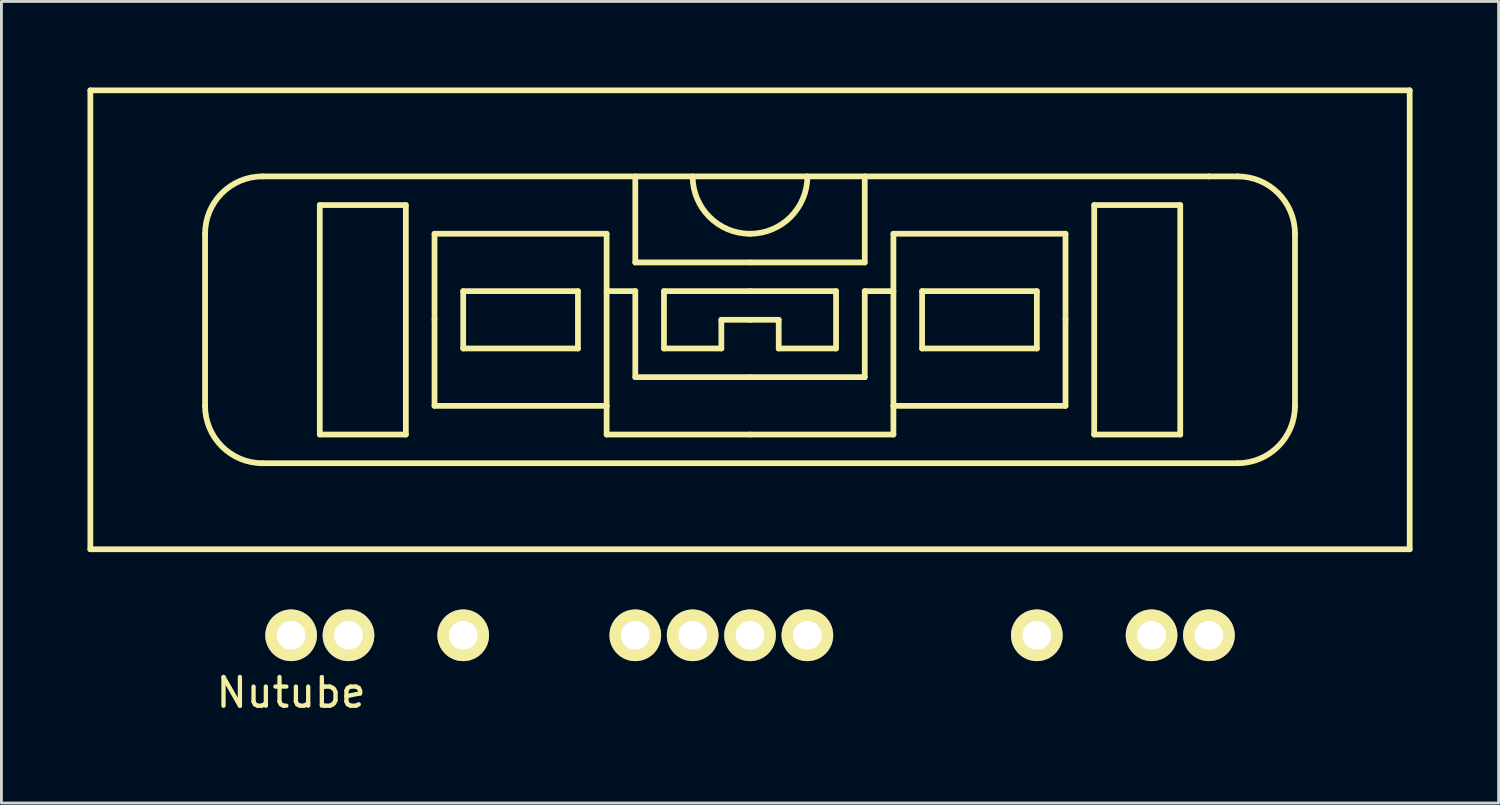
<source format=kicad_pcb>
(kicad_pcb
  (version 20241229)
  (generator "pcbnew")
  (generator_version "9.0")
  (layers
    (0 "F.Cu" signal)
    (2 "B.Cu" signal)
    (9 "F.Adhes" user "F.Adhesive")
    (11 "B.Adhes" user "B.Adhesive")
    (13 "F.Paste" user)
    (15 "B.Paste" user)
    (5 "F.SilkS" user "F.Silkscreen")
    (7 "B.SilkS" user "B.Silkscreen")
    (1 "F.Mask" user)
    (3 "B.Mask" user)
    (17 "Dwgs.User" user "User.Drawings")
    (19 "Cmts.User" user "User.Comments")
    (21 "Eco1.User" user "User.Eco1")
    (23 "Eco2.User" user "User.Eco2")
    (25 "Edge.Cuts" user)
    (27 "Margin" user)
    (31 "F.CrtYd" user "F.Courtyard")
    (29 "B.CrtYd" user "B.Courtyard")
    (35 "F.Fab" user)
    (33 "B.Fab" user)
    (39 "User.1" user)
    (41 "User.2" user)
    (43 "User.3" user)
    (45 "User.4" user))
  (footprint "Nutube"
    (layer "F.Cu")
    (at 23.1 19.1)
    (property "Reference" "Nutube" (at -16 2 0) (layer "F.SilkS") (effects (font (size 1 1) (thickness 0.15))))
    (attr through_hole)
    (fp_line (start -23 -19) (end 23 -19) (stroke (width 0.2) (type solid)) (layer "F.SilkS"))
    (fp_line (start -23 -3) (end -23 -19) (stroke (width 0.2) (type solid)) (layer "F.SilkS"))
    (fp_line (start -23 -3) (end 23 -3) (stroke (width 0.2) (type solid)) (layer "F.SilkS"))
    (fp_line (start -19 -14) (end -19 -8) (stroke (width 0.2) (type solid)) (layer "F.SilkS"))
    (fp_line (start -17 -16) (end 16 -16) (stroke (width 0.2) (type solid)) (layer "F.SilkS"))
    (fp_line (start -15 -15) (end -12 -15) (stroke (width 0.2) (type solid)) (layer "F.SilkS"))
    (fp_line (start -15 -7) (end -15 -15) (stroke (width 0.2) (type solid)) (layer "F.SilkS"))
    (fp_line (start -12 -15) (end -12 -7) (stroke (width 0.2) (type solid)) (layer "F.SilkS"))
    (fp_line (start -12 -7) (end -15 -7) (stroke (width 0.2) (type solid)) (layer "F.SilkS"))
    (fp_line (start -11 -14) (end -5 -14) (stroke (width 0.2) (type solid)) (layer "F.SilkS"))
    (fp_line (start -11 -11) (end -11 -14) (stroke (width 0.2) (type solid)) (layer "F.SilkS"))
    (fp_line (start -11 -8) (end -11 -11) (stroke (width 0.2) (type solid)) (layer "F.SilkS"))
    (fp_line (start -10 -12) (end -6 -12) (stroke (width 0.2) (type solid)) (layer "F.SilkS"))
    (fp_line (start -10 -10) (end -10 -12) (stroke (width 0.2) (type solid)) (layer "F.SilkS"))
    (fp_line (start -6 -12) (end -6 -10) (stroke (width 0.2) (type solid)) (layer "F.SilkS"))
    (fp_line (start -6 -10) (end -10 -10) (stroke (width 0.2) (type solid)) (layer "F.SilkS"))
    (fp_line (start -5 -14) (end -5 -8) (stroke (width 0.2) (type solid)) (layer "F.SilkS"))
    (fp_line (start -5 -8) (end -11 -8) (stroke (width 0.2) (type solid)) (layer "F.SilkS"))
    (fp_line (start -5 -7) (end -5 -8) (stroke (width 0.2) (type solid)) (layer "F.SilkS"))
    (fp_line (start -4 -16) (end -4 -13) (stroke (width 0.2) (type solid)) (layer "F.SilkS"))
    (fp_line (start -4 -13) (end 0 -13) (stroke (width 0.2) (type solid)) (layer "F.SilkS"))
    (fp_line (start -4 -12) (end -5 -12) (stroke (width 0.2) (type solid)) (layer "F.SilkS"))
    (fp_line (start -4 -9) (end -4 -12) (stroke (width 0.2) (type solid)) (layer "F.SilkS"))
    (fp_line (start -3 -12) (end -3 -10) (stroke (width 0.2) (type solid)) (layer "F.SilkS"))
    (fp_line (start -3 -10) (end -1 -10) (stroke (width 0.2) (type solid)) (layer "F.SilkS"))
    (fp_line (start -1 -11) (end 0 -11) (stroke (width 0.2) (type solid)) (layer "F.SilkS"))
    (fp_line (start -1 -10) (end -1 -11) (stroke (width 0.2) (type solid)) (layer "F.SilkS"))
    (fp_line (start 0 -12) (end -3 -12) (stroke (width 0.2) (type solid)) (layer "F.SilkS"))
    (fp_line (start 0 -12) (end 3 -12) (stroke (width 0.2) (type solid)) (layer "F.SilkS"))
    (fp_line (start 0 -9) (end -4 -9) (stroke (width 0.2) (type solid)) (layer "F.SilkS"))
    (fp_line (start 0 -9) (end 4 -9) (stroke (width 0.2) (type solid)) (layer "F.SilkS"))
    (fp_line (start 0 -7) (end -5 -7) (stroke (width 0.2) (type solid)) (layer "F.SilkS"))
    (fp_line (start 0 -7) (end 5 -7) (stroke (width 0.2) (type solid)) (layer "F.SilkS"))
    (fp_line (start 1 -11) (end 0 -11) (stroke (width 0.2) (type solid)) (layer "F.SilkS"))
    (fp_line (start 1 -10) (end 1 -11) (stroke (width 0.2) (type solid)) (layer "F.SilkS"))
    (fp_line (start 3 -12) (end 3 -10) (stroke (width 0.2) (type solid)) (layer "F.SilkS"))
    (fp_line (start 3 -10) (end 1 -10) (stroke (width 0.2) (type solid)) (layer "F.SilkS"))
    (fp_line (start 4 -16) (end 4 -13) (stroke (width 0.2) (type solid)) (layer "F.SilkS"))
    (fp_line (start 4 -13) (end 0 -13) (stroke (width 0.2) (type solid)) (layer "F.SilkS"))
    (fp_line (start 4 -12) (end 5 -12) (stroke (width 0.2) (type solid)) (layer "F.SilkS"))
    (fp_line (start 4 -9) (end 4 -12) (stroke (width 0.2) (type solid)) (layer "F.SilkS"))
    (fp_line (start 5 -14) (end 5 -8) (stroke (width 0.2) (type solid)) (layer "F.SilkS"))
    (fp_line (start 5 -8) (end 11 -8) (stroke (width 0.2) (type solid)) (layer "F.SilkS"))
    (fp_line (start 5 -7) (end 5 -8) (stroke (width 0.2) (type solid)) (layer "F.SilkS"))
    (fp_line (start 6 -12) (end 6 -10) (stroke (width 0.2) (type solid)) (layer "F.SilkS"))
    (fp_line (start 6 -10) (end 10 -10) (stroke (width 0.2) (type solid)) (layer "F.SilkS"))
    (fp_line (start 10 -12) (end 6 -12) (stroke (width 0.2) (type solid)) (layer "F.SilkS"))
    (fp_line (start 10 -10) (end 10 -12) (stroke (width 0.2) (type solid)) (layer "F.SilkS"))
    (fp_line (start 11 -14) (end 5 -14) (stroke (width 0.2) (type solid)) (layer "F.SilkS"))
    (fp_line (start 11 -11) (end 11 -14) (stroke (width 0.2) (type solid)) (layer "F.SilkS"))
    (fp_line (start 11 -8) (end 11 -11) (stroke (width 0.2) (type solid)) (layer "F.SilkS"))
    (fp_line (start 12 -15) (end 12 -7) (stroke (width 0.2) (type solid)) (layer "F.SilkS"))
    (fp_line (start 12 -7) (end 15 -7) (stroke (width 0.2) (type solid)) (layer "F.SilkS"))
    (fp_line (start 15 -15) (end 12 -15) (stroke (width 0.2) (type solid)) (layer "F.SilkS"))
    (fp_line (start 15 -7) (end 15 -15) (stroke (width 0.2) (type solid)) (layer "F.SilkS"))
    (fp_line (start 16 -16) (end 17 -16) (stroke (width 0.2) (type solid)) (layer "F.SilkS"))
    (fp_line (start 17 -6) (end -17 -6) (stroke (width 0.2) (type solid)) (layer "F.SilkS"))
    (fp_line (start 19 -14) (end 19 -8) (stroke (width 0.2) (type solid)) (layer "F.SilkS"))
    (fp_line (start 23 -3) (end 23 -19) (stroke (width 0.2) (type solid)) (layer "F.SilkS"))
    (fp_arc (start -19 -14) (mid -18.414214 -15.414214) (end -17 -16) (stroke (width 0.2) (type solid)) (layer "F.SilkS"))
    (fp_arc (start -17 -6) (mid -18.414214 -6.585786) (end -19 -8) (stroke (width 0.2) (type solid)) (layer "F.SilkS"))
    (fp_arc (start 0 -14) (mid -1.414214 -14.585786) (end -2 -16) (stroke (width 0.2) (type solid)) (layer "F.SilkS"))
    (fp_arc (start 2 -16) (mid 1.414214 -14.585786) (end 0 -14) (stroke (width 0.2) (type solid)) (layer "F.SilkS"))
    (fp_arc (start 17 -16) (mid 18.414214 -15.414214) (end 19 -14) (stroke (width 0.2) (type solid)) (layer "F.SilkS"))
    (fp_arc (start 19 -8) (mid 18.414214 -6.585786) (end 17 -6) (stroke (width 0.2) (type solid)) (layer "F.SilkS"))
    (pad "1" thru_hole circle (at -16 0) (size 1.8 1.8) (drill 1) (layers "*.Cu" "*.Mask" "F.SilkS"))
    (pad "1" thru_hole circle (at -14 0) (size 1.8 1.8) (drill 1) (layers "*.Cu" "*.Mask" "F.SilkS"))
    (pad "4" thru_hole circle (at -10 0) (size 1.8 1.8) (drill 1) (layers "*.Cu" "*.Mask" "F.SilkS"))
    (pad "7" thru_hole circle (at -4 0) (size 1.8 1.8) (drill 1) (layers "*.Cu" "*.Mask" "F.SilkS"))
    (pad "8" thru_hole circle (at -2 0) (size 1.8 1.8) (drill 1) (layers "*.Cu" "*.Mask" "F.SilkS"))
    (pad "9" thru_hole circle (at 0 0) (size 1.8 1.8) (drill 1) (layers "*.Cu" "*.Mask" "F.SilkS"))
    (pad "10" thru_hole circle (at 2 0) (size 1.8 1.8) (drill 1) (layers "*.Cu" "*.Mask" "F.SilkS"))
    (pad "14" thru_hole circle (at 10 0) (size 1.8 1.8) (drill 1) (layers "*.Cu" "*.Mask" "F.SilkS"))
    (pad "17" thru_hole circle (at 14 0) (size 1.8 1.8) (drill 1) (layers "*.Cu" "*.Mask" "F.SilkS"))
    (pad "17" thru_hole circle (at 16 0) (size 1.8 1.8) (drill 1) (layers "*.Cu" "*.Mask" "F.SilkS")))
  (gr_rect
    (start -3 -3)
    (end 49.2 24.948)
    (stroke (width 0.1) (type default))
    (fill no)
    (layer "Edge.Cuts")))
</source>
